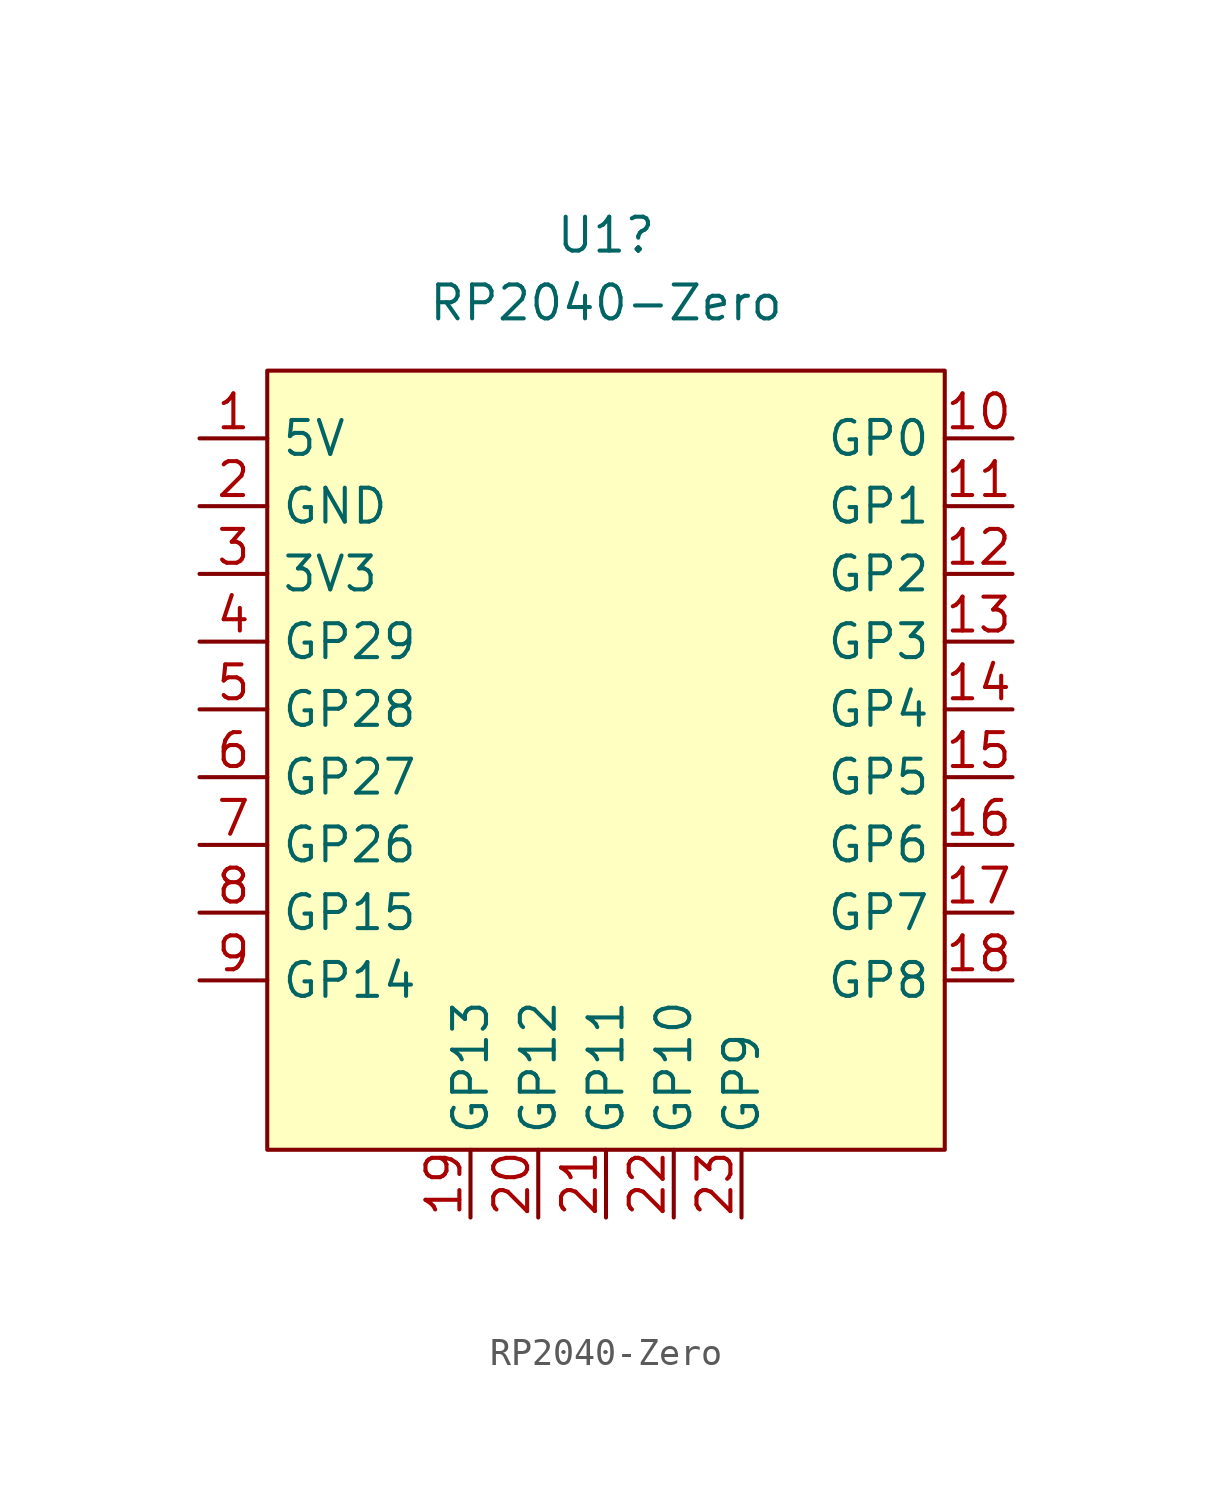
<source format=kicad_sym>
(kicad_symbol_lib
  (version 20241209)
  (generator "kicad_symbol_editor")
  (generator_version "9.0")
  (symbol "RP2040-Zero"
    (property "Reference" "U1"
      (at 0 12.7 0)
      (effects (font (size 1.27 1.27))))
    (property "Value" "RP2040-Zero"
      (at 0 10.16 0)
      (effects (font (size 1.27 1.27))))
    (symbol "RP2040-Zero_0_1"
      (rectangle (start -12.7 7.62) (end 12.7 -21.59) (stroke (width 0) (type default)) (fill (type background))))
    (symbol "RP2040-Zero_1_1"
      (pin power_in line (at -15.24 5.08 0) (length 2.54) (name "5V" (effects (font (size 1.27 1.27)))) (number "1" (effects (font (size 1.27 1.27)))))
      (pin power_in line (at -15.24 2.54 0) (length 2.54) (name "GND" (effects (font (size 1.27 1.27)))) (number "2" (effects (font (size 1.27 1.27)))))
      (pin power_in line (at -15.24 0 0) (length 2.54) (name "3V3" (effects (font (size 1.27 1.27)))) (number "3" (effects (font (size 1.27 1.27)))))
      (pin bidirectional line (at -15.24 -2.54 0) (length 2.54) (name "GP29" (effects (font (size 1.27 1.27)))) (number "4" (effects (font (size 1.27 1.27)))))
      (pin bidirectional line (at -15.24 -5.08 0) (length 2.54) (name "GP28" (effects (font (size 1.27 1.27)))) (number "5" (effects (font (size 1.27 1.27)))))
      (pin bidirectional line (at -15.24 -7.62 0) (length 2.54) (name "GP27" (effects (font (size 1.27 1.27)))) (number "6" (effects (font (size 1.27 1.27)))))
      (pin bidirectional line (at -15.24 -10.16 0) (length 2.54) (name "GP26" (effects (font (size 1.27 1.27)))) (number "7" (effects (font (size 1.27 1.27)))))
      (pin bidirectional line (at -15.24 -12.7 0) (length 2.54) (name "GP15" (effects (font (size 1.27 1.27)))) (number "8" (effects (font (size 1.27 1.27)))))
      (pin bidirectional line (at -15.24 -15.24 0) (length 2.54) (name "GP14" (effects (font (size 1.27 1.27)))) (number "9" (effects (font (size 1.27 1.27)))))
      (pin bidirectional line (at -5.08 -24.13 90) (length 2.54) (name "GP13" (effects (font (size 1.27 1.27)))) (number "19" (effects (font (size 1.27 1.27)))))
      (pin bidirectional line (at -2.54 -24.13 90) (length 2.54) (name "GP12" (effects (font (size 1.27 1.27)))) (number "20" (effects (font (size 1.27 1.27)))))
      (pin bidirectional line (at 0 -24.13 90) (length 2.54) (name "GP11" (effects (font (size 1.27 1.27)))) (number "21" (effects (font (size 1.27 1.27)))))
      (pin bidirectional line (at 2.54 -24.13 90) (length 2.54) (name "GP10" (effects (font (size 1.27 1.27)))) (number "22" (effects (font (size 1.27 1.27)))))
      (pin bidirectional line (at 5.08 -24.13 90) (length 2.54) (name "GP9" (effects (font (size 1.27 1.27)))) (number "23" (effects (font (size 1.27 1.27)))))
      (pin bidirectional line (at 15.24 5.08 180) (length 2.54) (name "GP0" (effects (font (size 1.27 1.27)))) (number "10" (effects (font (size 1.27 1.27)))))
      (pin bidirectional line (at 15.24 2.54 180) (length 2.54) (name "GP1" (effects (font (size 1.27 1.27)))) (number "11" (effects (font (size 1.27 1.27)))))
      (pin bidirectional line (at 15.24 0 180) (length 2.54) (name "GP2" (effects (font (size 1.27 1.27)))) (number "12" (effects (font (size 1.27 1.27)))))
      (pin bidirectional line (at 15.24 -2.54 180) (length 2.54) (name "GP3" (effects (font (size 1.27 1.27)))) (number "13" (effects (font (size 1.27 1.27)))))
      (pin bidirectional line (at 15.24 -5.08 180) (length 2.54) (name "GP4" (effects (font (size 1.27 1.27)))) (number "14" (effects (font (size 1.27 1.27)))))
      (pin bidirectional line (at 15.24 -7.62 180) (length 2.54) (name "GP5" (effects (font (size 1.27 1.27)))) (number "15" (effects (font (size 1.27 1.27)))))
      (pin bidirectional line (at 15.24 -10.16 180) (length 2.54) (name "GP6" (effects (font (size 1.27 1.27)))) (number "16" (effects (font (size 1.27 1.27)))))
      (pin bidirectional line (at 15.24 -12.7 180) (length 2.54) (name "GP7" (effects (font (size 1.27 1.27)))) (number "17" (effects (font (size 1.27 1.27)))))
      (pin bidirectional line (at 15.24 -15.24 180) (length 2.54) (name "GP8" (effects (font (size 1.27 1.27)))) (number "18" (effects (font (size 1.27 1.27))))))))
</source>
